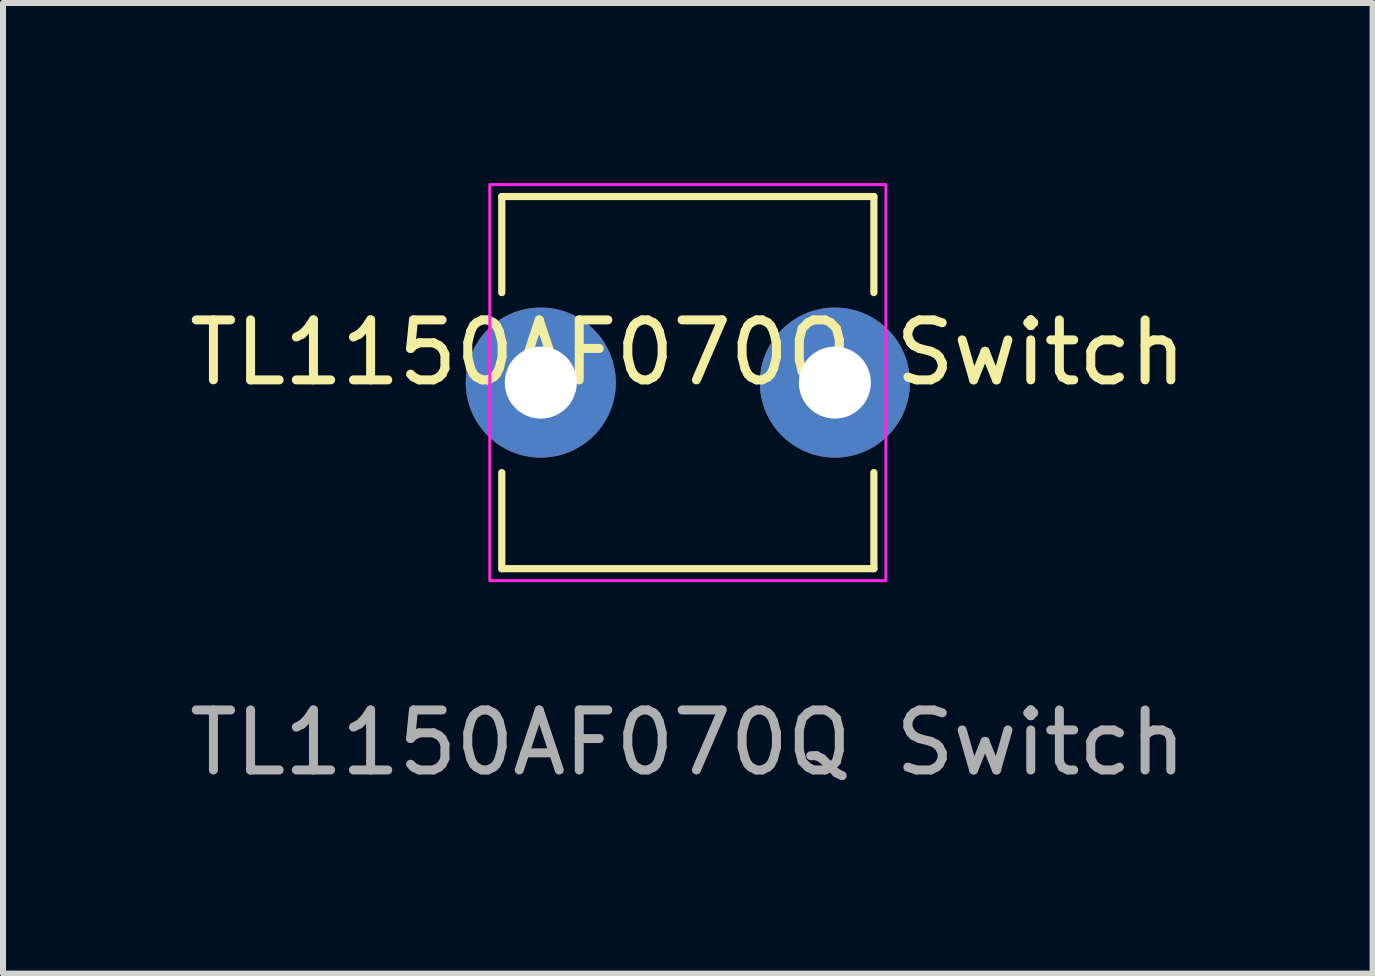
<source format=kicad_pcb>
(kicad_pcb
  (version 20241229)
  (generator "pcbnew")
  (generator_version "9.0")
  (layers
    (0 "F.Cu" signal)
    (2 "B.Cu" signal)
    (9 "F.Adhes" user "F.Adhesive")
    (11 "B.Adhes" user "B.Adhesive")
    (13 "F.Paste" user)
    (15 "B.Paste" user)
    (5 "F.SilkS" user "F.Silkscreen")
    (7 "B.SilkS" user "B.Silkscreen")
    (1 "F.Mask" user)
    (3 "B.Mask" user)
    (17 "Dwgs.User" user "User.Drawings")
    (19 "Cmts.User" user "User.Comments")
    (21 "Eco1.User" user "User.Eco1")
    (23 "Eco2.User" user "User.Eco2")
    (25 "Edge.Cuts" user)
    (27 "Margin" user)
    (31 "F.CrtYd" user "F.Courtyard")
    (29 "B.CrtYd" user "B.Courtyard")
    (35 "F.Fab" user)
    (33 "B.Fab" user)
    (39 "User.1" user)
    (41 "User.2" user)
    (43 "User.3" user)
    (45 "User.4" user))
  (footprint "TL1150AF070Q Switch"
    (layer "F.Cu")
    (at 8.411 3.325)
    (property "Reference" "TL1150AF070Q Switch" (at 0 -0.5 0) (unlocked yes) (layer "F.SilkS") (effects (font (size 1 1) (thickness 0.15))))
    (attr through_hole)
    (fp_line (start -3.1 -3.1) (end -3.1 -1.5) (stroke (width 0.12) (type default)) (layer "F.SilkS"))
    (fp_line (start -3.1 -3.1) (end 3.1 -3.1) (stroke (width 0.12) (type default)) (layer "F.SilkS"))
    (fp_line (start -3.1 3.1) (end -3.1 1.5) (stroke (width 0.12) (type default)) (layer "F.SilkS"))
    (fp_line (start -3.1 3.1) (end 3.1 3.1) (stroke (width 0.12) (type default)) (layer "F.SilkS"))
    (fp_line (start 3.1 -3.1) (end 3.1 -1.5) (stroke (width 0.12) (type default)) (layer "F.SilkS"))
    (fp_line (start 3.1 3.1) (end 3.1 1.5) (stroke (width 0.12) (type default)) (layer "F.SilkS"))
    (fp_rect (start -3.3 -3.3) (end 3.3 3.3) (stroke (width 0.05) (type default)) (fill no) (layer "F.CrtYd"))
    (fp_text user "${REFERENCE}" (at 0 6 0) (unlocked yes) (layer "F.Fab") (effects (font (size 1 1) (thickness 0.15))))
    (pad "1" thru_hole circle (at 2.45 0) (size 2.5 2.5) (drill 1.2) (layers "*.Cu" "*.Mask"))
    (pad "2" thru_hole circle (at -2.45 0) (size 2.5 2.5) (drill 1.2) (layers "*.Cu" "*.Mask")))
  (gr_rect
    (start -3 -3)
    (end 19.821 13.173)
    (stroke (width 0.1) (type default))
    (fill no)
    (layer "Edge.Cuts")))
</source>
